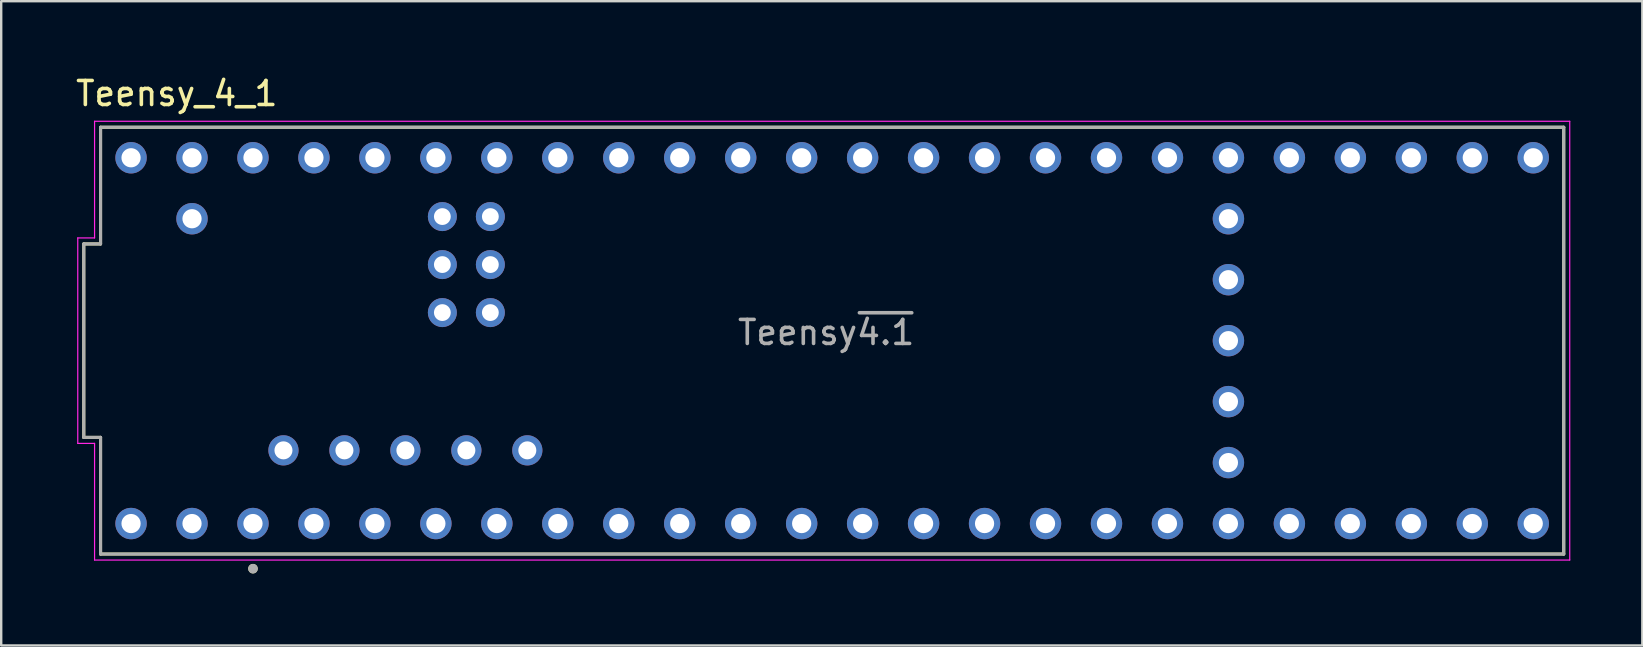
<source format=kicad_pcb>
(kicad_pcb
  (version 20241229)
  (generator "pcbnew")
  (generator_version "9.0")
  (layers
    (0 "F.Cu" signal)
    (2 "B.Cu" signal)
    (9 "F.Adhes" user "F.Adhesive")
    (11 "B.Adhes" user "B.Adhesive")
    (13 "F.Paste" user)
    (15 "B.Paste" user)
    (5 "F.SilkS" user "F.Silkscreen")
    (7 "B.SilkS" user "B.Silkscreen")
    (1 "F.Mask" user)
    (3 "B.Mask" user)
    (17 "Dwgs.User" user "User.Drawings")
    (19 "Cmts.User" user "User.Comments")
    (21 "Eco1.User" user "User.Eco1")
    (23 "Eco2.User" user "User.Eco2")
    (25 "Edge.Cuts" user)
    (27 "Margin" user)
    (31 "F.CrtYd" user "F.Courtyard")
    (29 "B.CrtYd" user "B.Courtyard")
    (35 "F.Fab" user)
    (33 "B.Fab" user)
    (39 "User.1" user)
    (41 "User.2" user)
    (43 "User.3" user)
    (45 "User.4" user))
  (footprint "Teensy_4_1"
    (layer "F.Cu")
    (at 31.62 11.143)
    (property "Reference" "Teensy_4_1" (at -27.305 -10.295 0) (layer "F.SilkS") (effects (font (size 1 1) (thickness 0.15))))
    (attr through_hole)
    (fp_line (start -31.18 4.03) (end -31.18 -4.03) (stroke (width 0.127) (type solid)) (layer "F.SilkS"))
    (fp_line (start -30.48 -8.89) (end -30.48 -4.03) (stroke (width 0.127) (type solid)) (layer "F.SilkS"))
    (fp_line (start -30.48 -8.89) (end 30.48 -8.89) (stroke (width 0.127) (type solid)) (layer "F.SilkS"))
    (fp_line (start -30.48 -4.03) (end -31.18 -4.03) (stroke (width 0.127) (type solid)) (layer "F.SilkS"))
    (fp_line (start -30.48 4.03) (end -31.18 4.03) (stroke (width 0.127) (type solid)) (layer "F.SilkS"))
    (fp_line (start -30.48 8.89) (end -30.48 4.03) (stroke (width 0.127) (type solid)) (layer "F.SilkS"))
    (fp_line (start 30.48 -8.89) (end 30.48 8.89) (stroke (width 0.127) (type solid)) (layer "F.SilkS"))
    (fp_line (start 30.48 8.89) (end -30.48 8.89) (stroke (width 0.127) (type solid)) (layer "F.SilkS"))
    (fp_circle (center -24.13 9.5) (end -24.03 9.5) (stroke (width 0.2) (type solid)) (fill no) (layer "F.SilkS"))
    (fp_line (start -31.43 4.28) (end -31.43 -4.28) (stroke (width 0.05) (type solid)) (layer "F.CrtYd"))
    (fp_line (start -30.73 -9.14) (end -30.73 -4.28) (stroke (width 0.05) (type solid)) (layer "F.CrtYd"))
    (fp_line (start -30.73 -9.14) (end 30.73 -9.14) (stroke (width 0.05) (type solid)) (layer "F.CrtYd"))
    (fp_line (start -30.73 -4.28) (end -31.43 -4.28) (stroke (width 0.05) (type solid)) (layer "F.CrtYd"))
    (fp_line (start -30.73 4.28) (end -31.43 4.28) (stroke (width 0.05) (type solid)) (layer "F.CrtYd"))
    (fp_line (start -30.73 9.14) (end -30.73 4.28) (stroke (width 0.05) (type solid)) (layer "F.CrtYd"))
    (fp_line (start 30.73 -9.14) (end 30.73 9.14) (stroke (width 0.05) (type solid)) (layer "F.CrtYd"))
    (fp_line (start 30.73 9.14) (end -30.73 9.14) (stroke (width 0.05) (type solid)) (layer "F.CrtYd"))
    (fp_line (start -31.18 4.03) (end -31.18 -4.03) (stroke (width 0.127) (type solid)) (layer "F.Fab"))
    (fp_line (start -30.48 -8.89) (end -30.48 -4.03) (stroke (width 0.127) (type solid)) (layer "F.Fab"))
    (fp_line (start -30.48 -8.89) (end 30.48 -8.89) (stroke (width 0.127) (type solid)) (layer "F.Fab"))
    (fp_line (start -30.48 -4.03) (end -31.18 -4.03) (stroke (width 0.127) (type solid)) (layer "F.Fab"))
    (fp_line (start -30.48 4.03) (end -31.18 4.03) (stroke (width 0.127) (type solid)) (layer "F.Fab"))
    (fp_line (start -30.48 8.89) (end -30.48 4.03) (stroke (width 0.127) (type solid)) (layer "F.Fab"))
    (fp_line (start 30.48 -8.89) (end 30.48 8.89) (stroke (width 0.127) (type solid)) (layer "F.Fab"))
    (fp_line (start 30.48 8.89) (end -30.48 8.89) (stroke (width 0.127) (type solid)) (layer "F.Fab"))
    (fp_circle (center -24.13 9.5) (end -24.03 9.5) (stroke (width 0.2) (type solid)) (fill no) (layer "F.Fab"))
    (fp_text user "Teensy~{4.1}" (at -0.25 -0.34 0) (layer "F.Fab") (effects (font (size 1 1) (thickness 0.15))))
    (pad "0" thru_hole circle (at -26.67 7.62) (size 1.308 1.308) (drill 0.8) (layers "*.Cu" "*.Mask"))
    (pad "1" thru_hole circle (at -24.13 7.62) (size 1.308 1.308) (drill 0.8) (layers "*.Cu" "*.Mask"))
    (pad "2" thru_hole circle (at -21.59 7.62) (size 1.308 1.308) (drill 0.8) (layers "*.Cu" "*.Mask"))
    (pad "3" thru_hole circle (at -19.05 7.62) (size 1.308 1.308) (drill 0.8) (layers "*.Cu" "*.Mask"))
    (pad "3.3V_1" thru_hole circle (at 6.35 7.62) (size 1.308 1.308) (drill 0.8) (layers "*.Cu" "*.Mask"))
    (pad "3.3V_2" thru_hole circle (at -24.13 -7.62) (size 1.308 1.308) (drill 0.8) (layers "*.Cu" "*.Mask"))
    (pad "3.3V_3" thru_hole circle (at 16.51 2.54) (size 1.308 1.308) (drill 0.8) (layers "*.Cu" "*.Mask"))
    (pad "4" thru_hole circle (at -16.51 7.62) (size 1.308 1.308) (drill 0.8) (layers "*.Cu" "*.Mask"))
    (pad "5" thru_hole circle (at -13.97 7.62) (size 1.308 1.308) (drill 0.8) (layers "*.Cu" "*.Mask"))
    (pad "5V" thru_hole circle (at -22.86 4.57) (size 1.258 1.258) (drill 0.75) (layers "*.Cu" "*.Mask"))
    (pad "6" thru_hole circle (at -11.43 7.62) (size 1.308 1.308) (drill 0.8) (layers "*.Cu" "*.Mask"))
    (pad "7" thru_hole circle (at -8.89 7.62) (size 1.308 1.308) (drill 0.8) (layers "*.Cu" "*.Mask"))
    (pad "8" thru_hole circle (at -6.35 7.62) (size 1.308 1.308) (drill 0.8) (layers "*.Cu" "*.Mask"))
    (pad "9" thru_hole circle (at -3.81 7.62) (size 1.308 1.308) (drill 0.8) (layers "*.Cu" "*.Mask"))
    (pad "10" thru_hole circle (at -1.27 7.62) (size 1.308 1.308) (drill 0.8) (layers "*.Cu" "*.Mask"))
    (pad "11" thru_hole circle (at 1.27 7.62) (size 1.308 1.308) (drill 0.8) (layers "*.Cu" "*.Mask"))
    (pad "12" thru_hole circle (at 3.81 7.62) (size 1.308 1.308) (drill 0.8) (layers "*.Cu" "*.Mask"))
    (pad "13" thru_hole circle (at 3.81 -7.62) (size 1.308 1.308) (drill 0.8) (layers "*.Cu" "*.Mask"))
    (pad "14" thru_hole circle (at 1.27 -7.62) (size 1.308 1.308) (drill 0.8) (layers "*.Cu" "*.Mask"))
    (pad "15" thru_hole circle (at -1.27 -7.62) (size 1.308 1.308) (drill 0.8) (layers "*.Cu" "*.Mask"))
    (pad "16" thru_hole circle (at -3.81 -7.62) (size 1.308 1.308) (drill 0.8) (layers "*.Cu" "*.Mask"))
    (pad "17" thru_hole circle (at -6.35 -7.62) (size 1.308 1.308) (drill 0.8) (layers "*.Cu" "*.Mask"))
    (pad "18" thru_hole circle (at -8.89 -7.62) (size 1.308 1.308) (drill 0.8) (layers "*.Cu" "*.Mask"))
    (pad "19" thru_hole circle (at -11.43 -7.62) (size 1.308 1.308) (drill 0.8) (layers "*.Cu" "*.Mask"))
    (pad "20" thru_hole circle (at -13.97 -7.62) (size 1.308 1.308) (drill 0.8) (layers "*.Cu" "*.Mask"))
    (pad "21" thru_hole circle (at -16.51 -7.62) (size 1.308 1.308) (drill 0.8) (layers "*.Cu" "*.Mask"))
    (pad "22" thru_hole circle (at -19.05 -7.62) (size 1.308 1.308) (drill 0.8) (layers "*.Cu" "*.Mask"))
    (pad "23" thru_hole circle (at -21.59 -7.62) (size 1.308 1.308) (drill 0.8) (layers "*.Cu" "*.Mask"))
    (pad "24" thru_hole circle (at 8.89 7.62) (size 1.308 1.308) (drill 0.8) (layers "*.Cu" "*.Mask"))
    (pad "25" thru_hole circle (at 11.43 7.62) (size 1.308 1.308) (drill 0.8) (layers "*.Cu" "*.Mask"))
    (pad "26" thru_hole circle (at 13.97 7.62) (size 1.308 1.308) (drill 0.8) (layers "*.Cu" "*.Mask"))
    (pad "27" thru_hole circle (at 16.51 7.62) (size 1.308 1.308) (drill 0.8) (layers "*.Cu" "*.Mask"))
    (pad "28" thru_hole circle (at 19.05 7.62) (size 1.308 1.308) (drill 0.8) (layers "*.Cu" "*.Mask"))
    (pad "29" thru_hole circle (at 21.59 7.62) (size 1.308 1.308) (drill 0.8) (layers "*.Cu" "*.Mask"))
    (pad "30" thru_hole circle (at 24.13 7.62) (size 1.308 1.308) (drill 0.8) (layers "*.Cu" "*.Mask"))
    (pad "31" thru_hole circle (at 26.67 7.62) (size 1.308 1.308) (drill 0.8) (layers "*.Cu" "*.Mask"))
    (pad "32" thru_hole circle (at 29.21 7.62) (size 1.308 1.308) (drill 0.8) (layers "*.Cu" "*.Mask"))
    (pad "33" thru_hole circle (at 29.21 -7.62) (size 1.308 1.308) (drill 0.8) (layers "*.Cu" "*.Mask"))
    (pad "34" thru_hole circle (at 26.67 -7.62) (size 1.308 1.308) (drill 0.8) (layers "*.Cu" "*.Mask"))
    (pad "35" thru_hole circle (at 24.13 -7.62) (size 1.308 1.308) (drill 0.8) (layers "*.Cu" "*.Mask"))
    (pad "36" thru_hole circle (at 21.59 -7.62) (size 1.308 1.308) (drill 0.8) (layers "*.Cu" "*.Mask"))
    (pad "37" thru_hole circle (at 19.05 -7.62) (size 1.308 1.308) (drill 0.8) (layers "*.Cu" "*.Mask"))
    (pad "38" thru_hole circle (at 16.51 -7.62) (size 1.308 1.308) (drill 0.8) (layers "*.Cu" "*.Mask"))
    (pad "39" thru_hole circle (at 13.97 -7.62) (size 1.308 1.308) (drill 0.8) (layers "*.Cu" "*.Mask"))
    (pad "40" thru_hole circle (at 11.43 -7.62) (size 1.308 1.308) (drill 0.8) (layers "*.Cu" "*.Mask"))
    (pad "41" thru_hole circle (at 8.89 -7.62) (size 1.308 1.308) (drill 0.8) (layers "*.Cu" "*.Mask"))
    (pad "D+" thru_hole circle (at -17.78 4.57) (size 1.258 1.258) (drill 0.75) (layers "*.Cu" "*.Mask"))
    (pad "D-" thru_hole circle (at -20.32 4.57) (size 1.258 1.258) (drill 0.75) (layers "*.Cu" "*.Mask"))
    (pad "GND1" thru_hole circle (at -29.21 7.62) (size 1.308 1.308) (drill 0.8) (layers "*.Cu" "*.Mask"))
    (pad "GND2" thru_hole circle (at 6.35 -7.62) (size 1.308 1.308) (drill 0.8) (layers "*.Cu" "*.Mask"))
    (pad "GND3" thru_hole circle (at -26.67 -7.62) (size 1.308 1.308) (drill 0.8) (layers "*.Cu" "*.Mask"))
    (pad "GND4" thru_hole circle (at 16.51 0) (size 1.308 1.308) (drill 0.8) (layers "*.Cu" "*.Mask"))
    (pad "GND5" thru_hole circle (at -14.24 -3.17) (size 1.208 1.208) (drill 0.7) (layers "*.Cu" "*.Mask"))
    (pad "LED" thru_hole circle (at -16.24 -3.17) (size 1.208 1.208) (drill 0.7) (layers "*.Cu" "*.Mask"))
    (pad "ON/OFF" thru_hole circle (at 16.51 -5.08) (size 1.308 1.308) (drill 0.8) (layers "*.Cu" "*.Mask"))
    (pad "PROGRAM" thru_hole circle (at 16.51 -2.54) (size 1.308 1.308) (drill 0.8) (layers "*.Cu" "*.Mask"))
    (pad "R+" thru_hole circle (at -16.24 -5.17) (size 1.208 1.208) (drill 0.7) (layers "*.Cu" "*.Mask"))
    (pad "R-" thru_hole circle (at -14.24 -5.17) (size 1.208 1.208) (drill 0.7) (layers "*.Cu" "*.Mask"))
    (pad "T+" thru_hole circle (at -14.24 -1.17) (size 1.208 1.208) (drill 0.7) (layers "*.Cu" "*.Mask"))
    (pad "T-" thru_hole circle (at -16.24 -1.17) (size 1.208 1.208) (drill 0.7) (layers "*.Cu" "*.Mask"))
    (pad "USB_GND1" thru_hole circle (at -15.24 4.57) (size 1.258 1.258) (drill 0.75) (layers "*.Cu" "*.Mask"))
    (pad "USB_GND2" thru_hole circle (at -12.7 4.57) (size 1.258 1.258) (drill 0.75) (layers "*.Cu" "*.Mask"))
    (pad "VBAT" thru_hole circle (at 16.51 5.08) (size 1.308 1.308) (drill 0.8) (layers "*.Cu" "*.Mask"))
    (pad "VIN" thru_hole circle (at -29.21 -7.62) (size 1.308 1.308) (drill 0.8) (layers "*.Cu" "*.Mask"))
    (pad "VUSB" thru_hole circle (at -26.67 -5.08) (size 1.308 1.308) (drill 0.8) (layers "*.Cu" "*.Mask")))
  (gr_rect
    (start -3 -3)
    (end 65.375 23.843)
    (stroke (width 0.1) (type default))
    (fill no)
    (layer "Edge.Cuts")))
</source>
